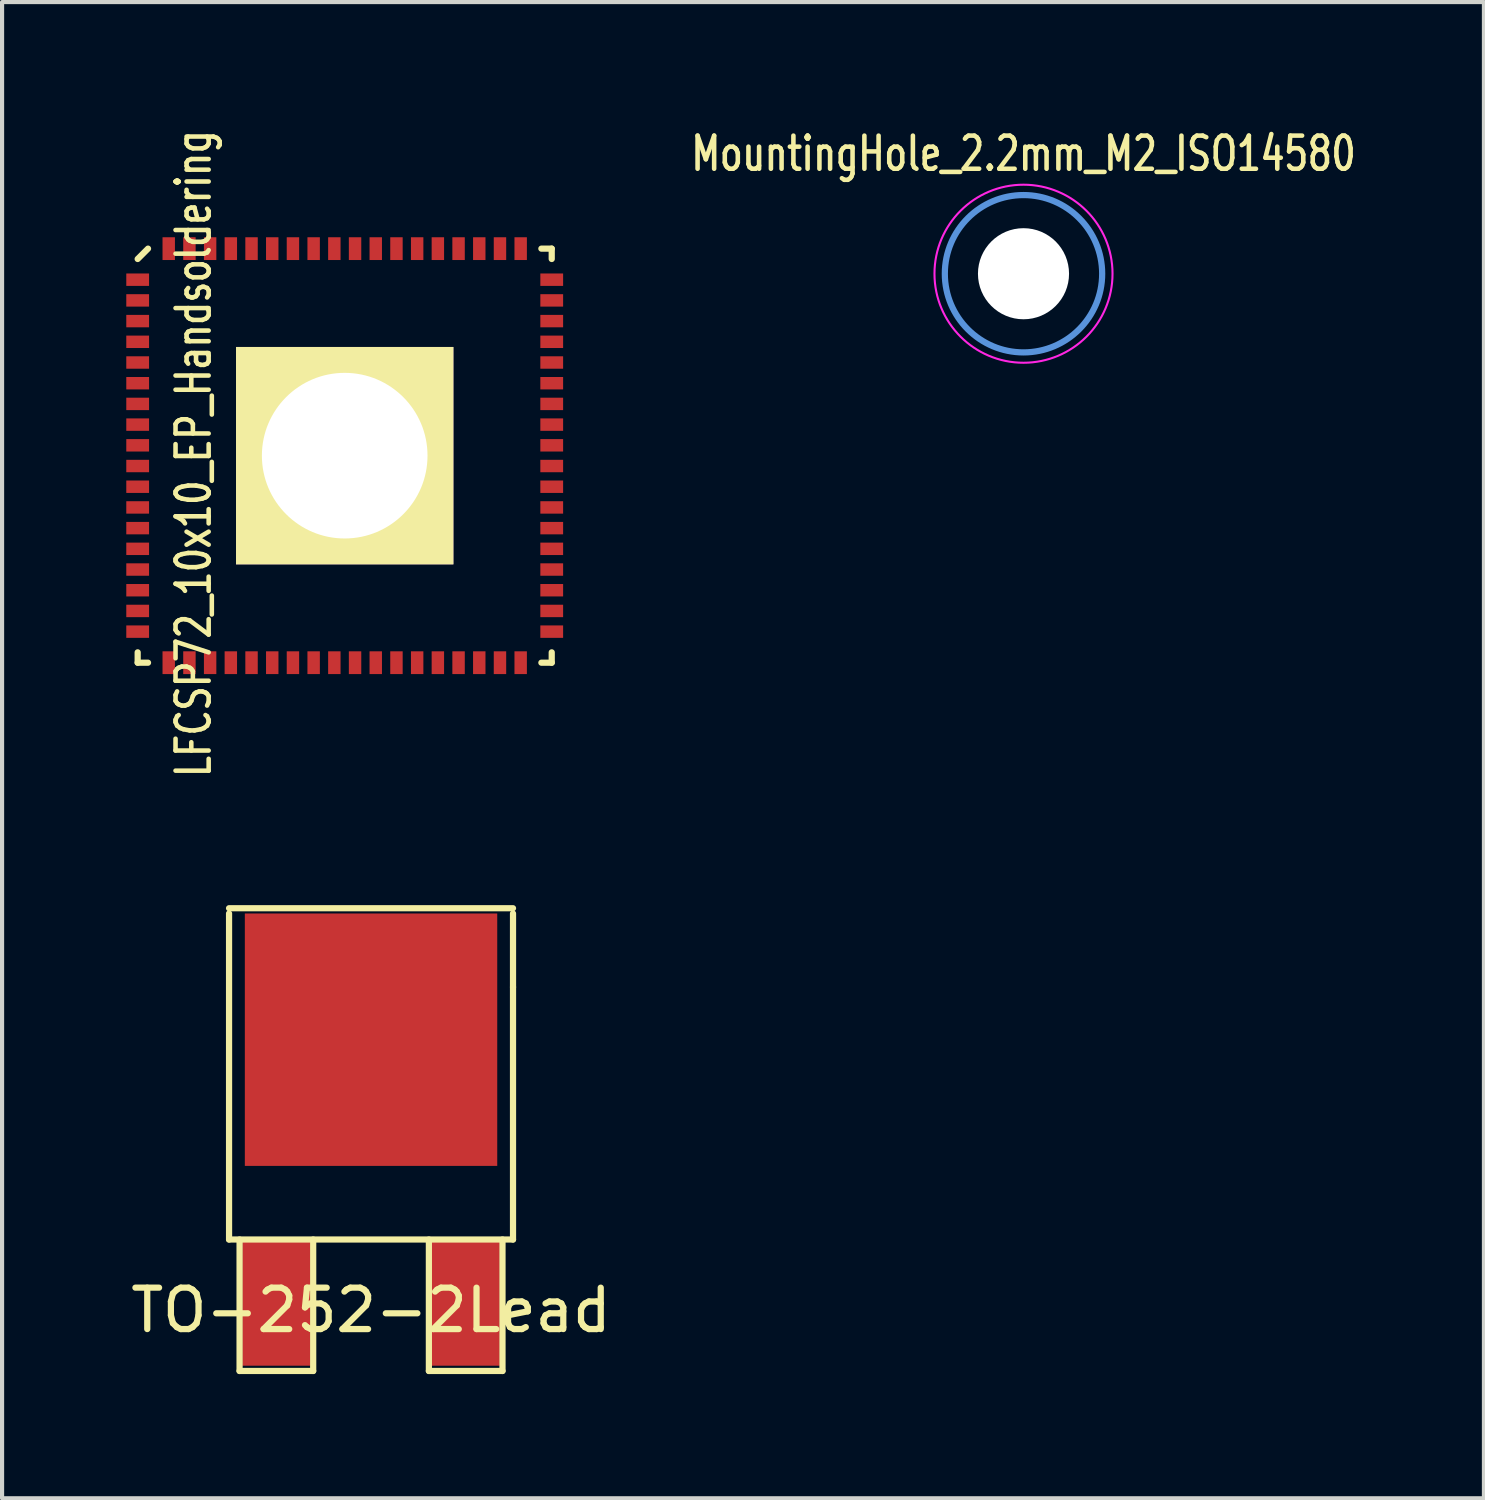
<source format=kicad_pcb>
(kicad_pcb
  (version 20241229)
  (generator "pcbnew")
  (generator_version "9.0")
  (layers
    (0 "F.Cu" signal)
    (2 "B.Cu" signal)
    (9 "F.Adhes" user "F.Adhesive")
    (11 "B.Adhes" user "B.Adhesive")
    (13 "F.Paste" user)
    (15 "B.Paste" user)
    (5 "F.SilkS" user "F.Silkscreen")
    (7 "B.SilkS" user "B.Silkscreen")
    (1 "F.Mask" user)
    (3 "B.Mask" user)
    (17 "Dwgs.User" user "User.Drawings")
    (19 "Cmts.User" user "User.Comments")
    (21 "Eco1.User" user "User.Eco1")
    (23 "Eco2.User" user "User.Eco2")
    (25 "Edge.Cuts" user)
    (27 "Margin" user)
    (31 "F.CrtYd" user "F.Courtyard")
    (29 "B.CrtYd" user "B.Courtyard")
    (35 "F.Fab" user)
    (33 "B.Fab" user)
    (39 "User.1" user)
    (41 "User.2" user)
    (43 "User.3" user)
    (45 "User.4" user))
  (footprint "LFCSP72_10x10_EP_Handsoldering"
    (layer "F.Cu")
    (at 5.275 7.955)
    (property "Reference" "LFCSP72_10x10_EP_Handsoldering" (at -3.65 -0.05 90) (layer "F.SilkS") (effects (font (size 0.8 0.6) (thickness 0.11))))
    (attr through_hole)
    (fp_line (start -5 -4.75) (end -4.75 -5) (stroke (width 0.15) (type solid)) (layer "F.SilkS"))
    (fp_line (start -5 5) (end -5 4.75) (stroke (width 0.15) (type solid)) (layer "F.SilkS"))
    (fp_line (start -4.75 5) (end -5 5) (stroke (width 0.15) (type solid)) (layer "F.SilkS"))
    (fp_line (start 4.75 -5) (end 5 -5) (stroke (width 0.15) (type solid)) (layer "F.SilkS"))
    (fp_line (start 4.75 5) (end 5 5) (stroke (width 0.15) (type solid)) (layer "F.SilkS"))
    (fp_line (start 5 -5) (end 5 -4.75) (stroke (width 0.15) (type solid)) (layer "F.SilkS"))
    (fp_line (start 5 5) (end 5 4.75) (stroke (width 0.15) (type solid)) (layer "F.SilkS"))
    (pad "1" smd rect (at -5 -4.25) (size 0.55 0.3) (layers "F.Cu" "F.Mask" "F.Paste"))
    (pad "2" smd rect (at -5 -3.75) (size 0.55 0.3) (layers "F.Cu" "F.Mask" "F.Paste"))
    (pad "3" smd rect (at -5 -3.25) (size 0.55 0.3) (layers "F.Cu" "F.Mask" "F.Paste"))
    (pad "4" smd rect (at -5 -2.75) (size 0.55 0.3) (layers "F.Cu" "F.Mask" "F.Paste"))
    (pad "5" smd rect (at -5 -2.25) (size 0.55 0.3) (layers "F.Cu" "F.Mask" "F.Paste"))
    (pad "6" smd rect (at -5 -1.75) (size 0.55 0.3) (layers "F.Cu" "F.Mask" "F.Paste"))
    (pad "7" smd rect (at -5 -1.25) (size 0.55 0.3) (layers "F.Cu" "F.Mask" "F.Paste"))
    (pad "8" smd rect (at -5 -0.75) (size 0.55 0.3) (layers "F.Cu" "F.Mask" "F.Paste"))
    (pad "9" smd rect (at -5 -0.25) (size 0.55 0.3) (layers "F.Cu" "F.Mask" "F.Paste"))
    (pad "10" smd rect (at -5 0.25) (size 0.55 0.3) (layers "F.Cu" "F.Mask" "F.Paste"))
    (pad "11" smd rect (at -5 0.75) (size 0.55 0.3) (layers "F.Cu" "F.Mask" "F.Paste"))
    (pad "12" smd rect (at -5 1.25) (size 0.55 0.3) (layers "F.Cu" "F.Mask" "F.Paste"))
    (pad "13" smd rect (at -5 1.75) (size 0.55 0.3) (layers "F.Cu" "F.Mask" "F.Paste"))
    (pad "14" smd rect (at -5 2.25) (size 0.55 0.3) (layers "F.Cu" "F.Mask" "F.Paste"))
    (pad "15" smd rect (at -5 2.75) (size 0.55 0.3) (layers "F.Cu" "F.Mask" "F.Paste"))
    (pad "16" smd rect (at -5 3.25) (size 0.55 0.3) (layers "F.Cu" "F.Mask" "F.Paste"))
    (pad "17" smd rect (at -5 3.75) (size 0.55 0.3) (layers "F.Cu" "F.Mask" "F.Paste"))
    (pad "18" smd rect (at -5 4.25) (size 0.55 0.3) (layers "F.Cu" "F.Mask" "F.Paste"))
    (pad "19" smd rect (at -4.25 5) (size 0.3 0.55) (layers "F.Cu" "F.Mask" "F.Paste"))
    (pad "20" smd rect (at -3.75 5) (size 0.3 0.55) (layers "F.Cu" "F.Mask" "F.Paste"))
    (pad "21" smd rect (at -3.25 5) (size 0.3 0.55) (layers "F.Cu" "F.Mask" "F.Paste"))
    (pad "22" smd rect (at -2.75 5) (size 0.3 0.55) (layers "F.Cu" "F.Mask" "F.Paste"))
    (pad "23" smd rect (at -2.25 5) (size 0.3 0.55) (layers "F.Cu" "F.Mask" "F.Paste"))
    (pad "24" smd rect (at -1.75 5) (size 0.3 0.55) (layers "F.Cu" "F.Mask" "F.Paste"))
    (pad "25" smd rect (at -1.25 5) (size 0.3 0.55) (layers "F.Cu" "F.Mask" "F.Paste"))
    (pad "26" smd rect (at -0.75 5) (size 0.3 0.55) (layers "F.Cu" "F.Mask" "F.Paste"))
    (pad "27" smd rect (at -0.25 5) (size 0.3 0.55) (layers "F.Cu" "F.Mask" "F.Paste"))
    (pad "28" smd rect (at 0.25 5) (size 0.3 0.55) (layers "F.Cu" "F.Mask" "F.Paste"))
    (pad "29" smd rect (at 0.75 5) (size 0.3 0.55) (layers "F.Cu" "F.Mask" "F.Paste"))
    (pad "30" smd rect (at 1.25 5) (size 0.3 0.55) (layers "F.Cu" "F.Mask" "F.Paste"))
    (pad "31" smd rect (at 1.75 5) (size 0.3 0.55) (layers "F.Cu" "F.Mask" "F.Paste"))
    (pad "32" smd rect (at 2.25 5) (size 0.3 0.55) (layers "F.Cu" "F.Mask" "F.Paste"))
    (pad "33" smd rect (at 2.75 5) (size 0.3 0.55) (layers "F.Cu" "F.Mask" "F.Paste"))
    (pad "34" smd rect (at 3.25 5) (size 0.3 0.55) (layers "F.Cu" "F.Mask" "F.Paste"))
    (pad "35" smd rect (at 3.75 5) (size 0.3 0.55) (layers "F.Cu" "F.Mask" "F.Paste"))
    (pad "36" smd rect (at 4.25 5) (size 0.3 0.55) (layers "F.Cu" "F.Mask" "F.Paste"))
    (pad "37" smd rect (at 5 4.25) (size 0.55 0.3) (layers "F.Cu" "F.Mask" "F.Paste"))
    (pad "38" smd rect (at 5 3.75) (size 0.55 0.3) (layers "F.Cu" "F.Mask" "F.Paste"))
    (pad "39" smd rect (at 5 3.25) (size 0.55 0.3) (layers "F.Cu" "F.Mask" "F.Paste"))
    (pad "40" smd rect (at 5 2.75) (size 0.55 0.3) (layers "F.Cu" "F.Mask" "F.Paste"))
    (pad "41" smd rect (at 5 2.25) (size 0.55 0.3) (layers "F.Cu" "F.Mask" "F.Paste"))
    (pad "42" smd rect (at 5 1.75) (size 0.55 0.3) (layers "F.Cu" "F.Mask" "F.Paste"))
    (pad "43" smd rect (at 5 1.25) (size 0.55 0.3) (layers "F.Cu" "F.Mask" "F.Paste"))
    (pad "44" smd rect (at 5 0.75) (size 0.55 0.3) (layers "F.Cu" "F.Mask" "F.Paste"))
    (pad "45" smd rect (at 5 0.25) (size 0.55 0.3) (layers "F.Cu" "F.Mask" "F.Paste"))
    (pad "46" smd rect (at 5 -0.25) (size 0.55 0.3) (layers "F.Cu" "F.Mask" "F.Paste"))
    (pad "47" smd rect (at 5 -0.75) (size 0.55 0.3) (layers "F.Cu" "F.Mask" "F.Paste"))
    (pad "48" smd rect (at 5 -1.25) (size 0.55 0.3) (layers "F.Cu" "F.Mask" "F.Paste"))
    (pad "49" smd rect (at 5 -1.75) (size 0.55 0.3) (layers "F.Cu" "F.Mask" "F.Paste"))
    (pad "50" smd rect (at 5 -2.25) (size 0.55 0.3) (layers "F.Cu" "F.Mask" "F.Paste"))
    (pad "51" smd rect (at 5 -2.75) (size 0.55 0.3) (layers "F.Cu" "F.Mask" "F.Paste"))
    (pad "52" smd rect (at 5 -3.25) (size 0.55 0.3) (layers "F.Cu" "F.Mask" "F.Paste"))
    (pad "53" smd rect (at 5 -3.75) (size 0.55 0.3) (layers "F.Cu" "F.Mask" "F.Paste"))
    (pad "54" smd rect (at 5 -4.25) (size 0.55 0.3) (layers "F.Cu" "F.Mask" "F.Paste"))
    (pad "55" smd rect (at 4.25 -5) (size 0.3 0.55) (layers "F.Cu" "F.Mask" "F.Paste"))
    (pad "56" smd rect (at 3.75 -5) (size 0.3 0.55) (layers "F.Cu" "F.Mask" "F.Paste"))
    (pad "57" smd rect (at 3.25 -5) (size 0.3 0.55) (layers "F.Cu" "F.Mask" "F.Paste"))
    (pad "58" smd rect (at 2.75 -5) (size 0.3 0.55) (layers "F.Cu" "F.Mask" "F.Paste"))
    (pad "59" smd rect (at 2.25 -5) (size 0.3 0.55) (layers "F.Cu" "F.Mask" "F.Paste"))
    (pad "60" smd rect (at 1.75 -5) (size 0.3 0.55) (layers "F.Cu" "F.Mask" "F.Paste"))
    (pad "61" smd rect (at 1.25 -5) (size 0.3 0.55) (layers "F.Cu" "F.Mask" "F.Paste"))
    (pad "62" smd rect (at 0.75 -5) (size 0.3 0.55) (layers "F.Cu" "F.Mask" "F.Paste"))
    (pad "63" smd rect (at 0.25 -5) (size 0.3 0.55) (layers "F.Cu" "F.Mask" "F.Paste"))
    (pad "64" smd rect (at -0.25 -5) (size 0.3 0.55) (layers "F.Cu" "F.Mask" "F.Paste"))
    (pad "65" smd rect (at -0.75 -5) (size 0.3 0.55) (layers "F.Cu" "F.Mask" "F.Paste"))
    (pad "66" smd rect (at -1.25 -5) (size 0.3 0.55) (layers "F.Cu" "F.Mask" "F.Paste"))
    (pad "67" smd rect (at -1.75 -5) (size 0.3 0.55) (layers "F.Cu" "F.Mask" "F.Paste"))
    (pad "68" smd rect (at -2.25 -5) (size 0.3 0.55) (layers "F.Cu" "F.Mask" "F.Paste"))
    (pad "69" smd rect (at -2.75 -5) (size 0.3 0.55) (layers "F.Cu" "F.Mask" "F.Paste"))
    (pad "70" smd rect (at -3.25 -5) (size 0.3 0.55) (layers "F.Cu" "F.Mask" "F.Paste"))
    (pad "71" smd rect (at -3.75 -5) (size 0.3 0.55) (layers "F.Cu" "F.Mask" "F.Paste"))
    (pad "72" smd rect (at -4.25 -5) (size 0.3 0.55) (layers "F.Cu" "F.Mask" "F.Paste"))
    (pad "73" thru_hole rect (at 0 0) (size 5.25 5.25) (drill 4) (layers "*.Cu" "*.Mask" "F.SilkS")))
  (footprint "MountingHole_2.2mm_M2_ISO14580"
    (layer "F.Cu")
    (at 21.669 3.561)
    (property "Reference" "MountingHole_2.2mm_M2_ISO14580" (at 0 -2.9 0) (layer "F.SilkS") (effects (font (size 0.8 0.6) (thickness 0.11))))
    (attr through_hole)
    (fp_circle (center 0 0) (end 1.9 0) (stroke (width 0.15) (type solid)) (fill no) (layer "Cmts.User"))
    (fp_circle (center 0 0) (end 2.15 0) (stroke (width 0.05) (type solid)) (fill no) (layer "F.CrtYd"))
    (pad "" np_thru_hole circle (at 0 0) (size 2.2 2.2) (drill 2.2) (layers "*.Cu" "*.Mask")))
  (footprint "TO-252-2Lead"
    (layer "F.Cu")
    (at 5.911 28.41)
    (property "Reference" "TO-252-2Lead" (at 0 0.184 0) (layer "F.SilkS") (effects (font (size 1 1) (thickness 0.15))))
    (attr smd)
    (fp_line (start -3.429 -9.525) (end 3.429 -9.525) (stroke (width 0.15) (type solid)) (layer "F.SilkS"))
    (fp_line (start -3.429 -1.524) (end -3.429 -9.398) (stroke (width 0.15) (type solid)) (layer "F.SilkS"))
    (fp_line (start -3.175 -1.524) (end -3.175 1.651) (stroke (width 0.15) (type solid)) (layer "F.SilkS"))
    (fp_line (start -3.175 1.651) (end -1.397 1.651) (stroke (width 0.15) (type solid)) (layer "F.SilkS"))
    (fp_line (start -1.397 1.651) (end -1.397 -1.524) (stroke (width 0.15) (type solid)) (layer "F.SilkS"))
    (fp_line (start 1.397 -1.524) (end 1.397 1.651) (stroke (width 0.15) (type solid)) (layer "F.SilkS"))
    (fp_line (start 1.397 1.651) (end 3.175 1.651) (stroke (width 0.15) (type solid)) (layer "F.SilkS"))
    (fp_line (start 3.175 1.651) (end 3.175 -1.524) (stroke (width 0.15) (type solid)) (layer "F.SilkS"))
    (fp_line (start 3.429 -9.398) (end 3.429 -7.62) (stroke (width 0.15) (type solid)) (layer "F.SilkS"))
    (fp_line (start 3.429 -7.62) (end 3.429 -1.524) (stroke (width 0.15) (type solid)) (layer "F.SilkS"))
    (fp_line (start 3.429 -1.524) (end -3.429 -1.524) (stroke (width 0.15) (type solid)) (layer "F.SilkS"))
    (pad "1" smd rect (at -2.286 0) (size 1.651 3.048) (layers "F.Cu" "F.Mask" "F.Paste"))
    (pad "2" smd rect (at 0 -6.35) (size 6.096 6.096) (layers "F.Cu" "F.Mask" "F.Paste"))
    (pad "3" smd rect (at 2.286 0) (size 1.651 3.048) (layers "F.Cu" "F.Mask" "F.Paste")))
  (gr_rect
    (start -3 -3)
    (end 32.789 33.136)
    (stroke (width 0.1) (type default))
    (fill no)
    (layer "Edge.Cuts")))
</source>
